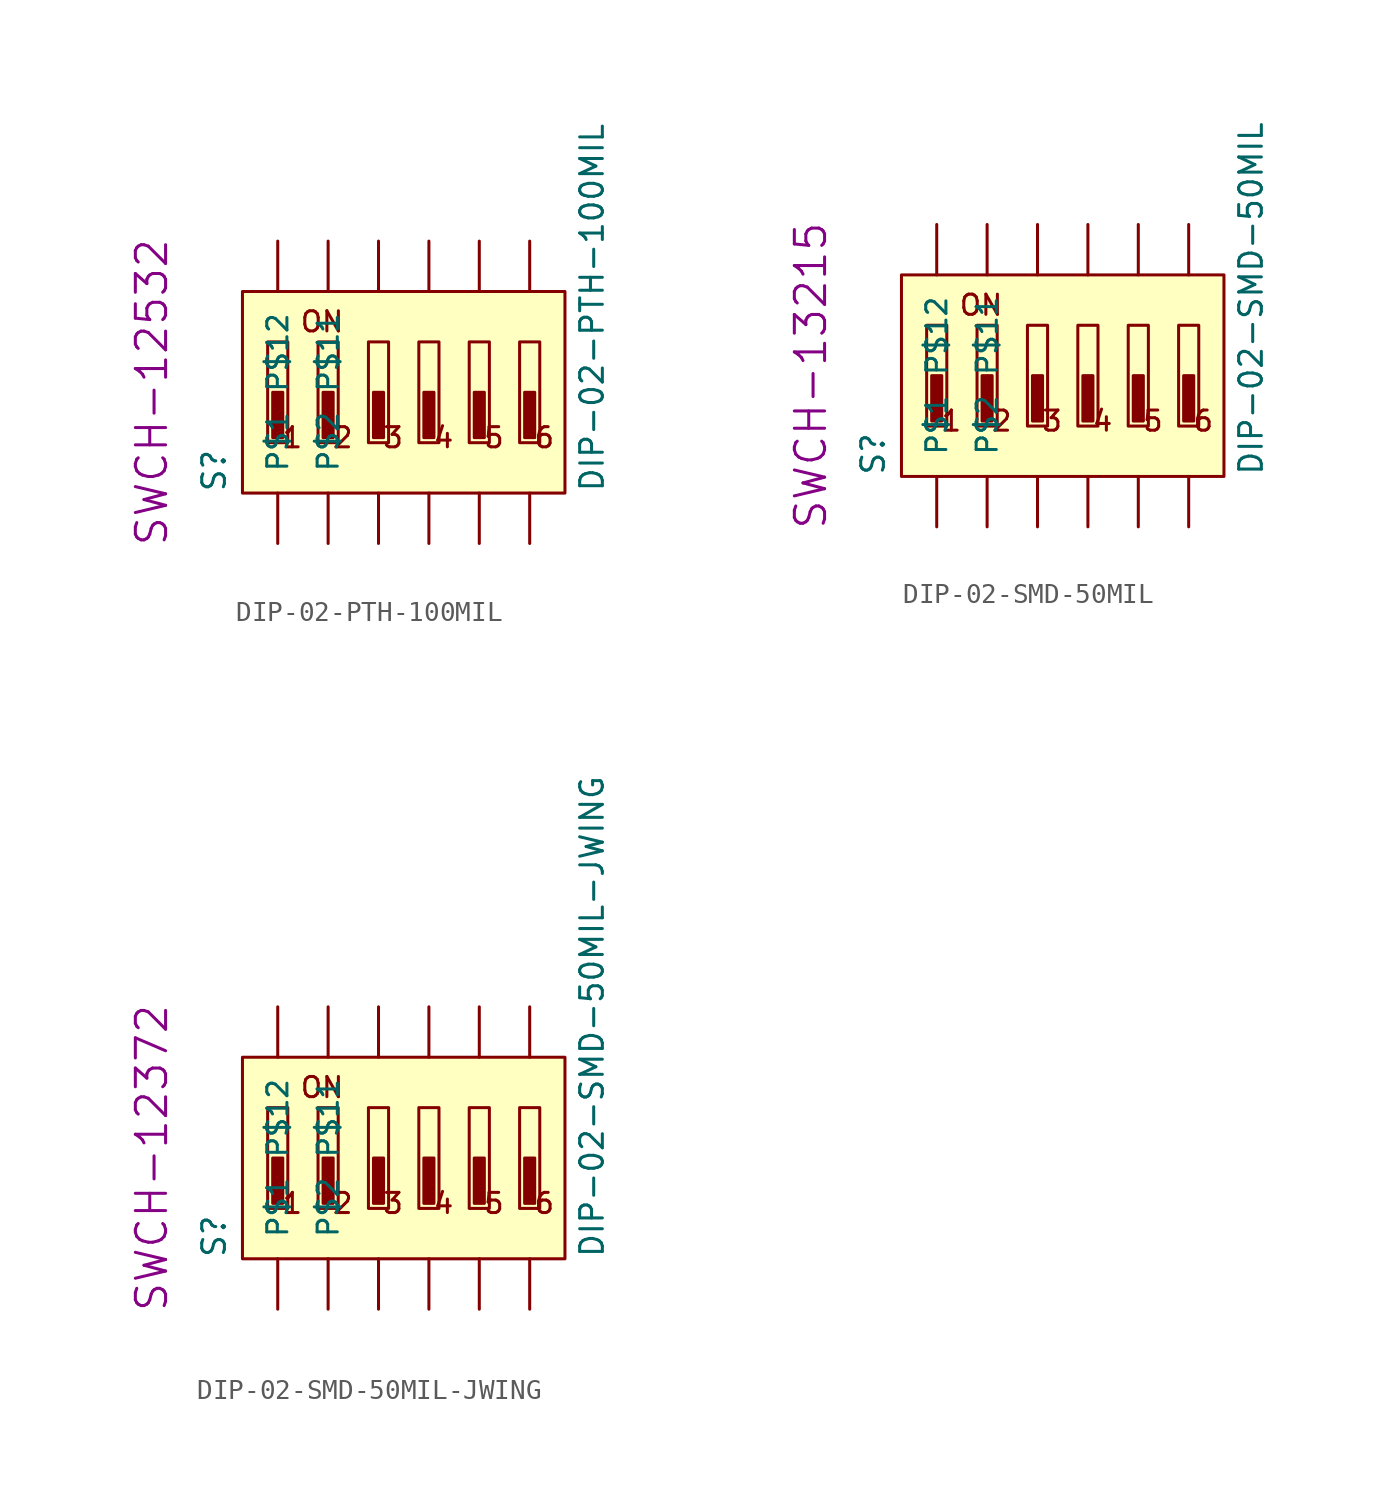
<source format=kicad_sym>
(kicad_symbol_lib
  (version 20220914)
  (generator kicad_symbol_editor)
  (symbol "DIP-02-PTH-100MIL"
    (pin_numbers hide)
    (pin_names
      (offset 1.016))
    (property "Reference" "S"
      (at -2.54 -5.08 90)
      (effects (font (size 1.143 1.143)) (justify left bottom)))
    (property "Value" "DIP-02-PTH-100MIL"
      (at 16.51 -5.08 90)
      (effects (font (size 1.143 1.143)) (justify left bottom)))
    (property "Field4" "SWCH-12532"
      (at -6.35 0 90)
      (effects (font (size 1.524 1.524))))
    (property "ki_locked" ""
      (at 0 0 0)
      (effects (font (size 1.27 1.27))))
    (symbol "DIP-02-PTH-100MIL_1_0"
      (polyline (pts (xy 5.08 -7.62) (xy 5.08 -5.08)) (stroke (width 0) (type solid)) (fill (type none)))
      (polyline (pts (xy 5.08 7.62) (xy 5.08 5.08)) (stroke (width 0) (type solid)) (fill (type none)))
      (polyline (pts (xy 7.62 -7.62) (xy 7.62 -5.08)) (stroke (width 0) (type solid)) (fill (type none)))
      (polyline (pts (xy 7.62 7.62) (xy 7.62 5.08)) (stroke (width 0) (type solid)) (fill (type none)))
      (polyline (pts (xy 10.16 -7.62) (xy 10.16 -5.08)) (stroke (width 0) (type solid)) (fill (type none)))
      (polyline (pts (xy 10.16 7.62) (xy 10.16 5.08)) (stroke (width 0) (type solid)) (fill (type none)))
      (polyline (pts (xy 12.7 -7.62) (xy 12.7 -5.08)) (stroke (width 0) (type solid)) (fill (type none)))
      (polyline (pts (xy 12.7 7.62) (xy 12.7 5.08)) (stroke (width 0) (type solid)) (fill (type none)))
      (text "1" (at 0.737 -2.286 0) (effects (font (size 1.016 1.016))))
      (text "2" (at 3.277 -2.286 0) (effects (font (size 1.016 1.016))))
      (text "3" (at 5.817 -2.286 0) (effects (font (size 1.016 1.016))))
      (text "4" (at 8.357 -2.286 0) (effects (font (size 1.016 1.016))))
      (text "5" (at 10.897 -2.286 0) (effects (font (size 1.016 1.016))))
      (text "6" (at 13.437 -2.286 0) (effects (font (size 1.016 1.016))))
      (text "ON" (at 2.235 3.556 0) (effects (font (size 1.016 1.016)))))
    (symbol "DIP-02-PTH-100MIL_1_1"
      (rectangle (start -0.254 -2.286) (end 0.254 0) (stroke (width 0) (type solid)) (fill (type outline)))
      (polyline (pts (xy -1.778 5.08) (xy 14.478 5.08) (xy 14.478 -5.08) (xy -1.778 -5.08) (xy -1.778 5.08)) (stroke (width 0) (type solid)) (fill (type background)))
      (polyline (pts (xy -0.508 -2.54) (xy 0.508 -2.54) (xy 0.508 2.54) (xy -0.508 2.54) (xy -0.508 -2.54)) (stroke (width 0) (type solid)) (fill (type background)))
      (polyline (pts (xy 2.032 -2.54) (xy 3.048 -2.54) (xy 3.048 2.54) (xy 2.032 2.54) (xy 2.032 -2.54)) (stroke (width 0) (type solid)) (fill (type background)))
      (polyline (pts (xy 4.572 -2.54) (xy 5.588 -2.54) (xy 5.588 2.54) (xy 4.572 2.54) (xy 4.572 -2.54)) (stroke (width 0) (type solid)) (fill (type background)))
      (polyline (pts (xy 7.112 -2.54) (xy 8.128 -2.54) (xy 8.128 2.54) (xy 7.112 2.54) (xy 7.112 -2.54)) (stroke (width 0) (type solid)) (fill (type background)))
      (polyline (pts (xy 9.652 -2.54) (xy 10.668 -2.54) (xy 10.668 2.54) (xy 9.652 2.54) (xy 9.652 -2.54)) (stroke (width 0) (type solid)) (fill (type background)))
      (polyline (pts (xy 12.192 -2.54) (xy 13.208 -2.54) (xy 13.208 2.54) (xy 12.192 2.54) (xy 12.192 -2.54)) (stroke (width 0) (type solid)) (fill (type background)))
      (rectangle (start 2.286 -2.286) (end 2.794 0) (stroke (width 0) (type solid)) (fill (type outline)))
      (rectangle (start 4.826 -2.286) (end 5.334 0) (stroke (width 0) (type solid)) (fill (type outline)))
      (rectangle (start 7.366 -2.286) (end 7.874 0) (stroke (width 0) (type solid)) (fill (type outline)))
      (rectangle (start 9.906 -2.286) (end 10.414 0) (stroke (width 0) (type solid)) (fill (type outline)))
      (rectangle (start 12.446 -2.286) (end 12.954 0) (stroke (width 0) (type solid)) (fill (type outline)))
      (pin bidirectional line (at 0 -7.62 90) (length 2.54) (name "P$1" (effects (font (size 1.016 1.016)))) (number "1" (effects (font (size 1.016 1.016)))))
      (pin bidirectional line (at 2.54 -7.62 90) (length 2.54) (name "P$2" (effects (font (size 1.016 1.016)))) (number "2" (effects (font (size 1.016 1.016)))))
      (pin bidirectional line (at 2.54 7.62 270) (length 2.54) (name "P$11" (effects (font (size 1.016 1.016)))) (number "3" (effects (font (size 1.016 1.016)))))
      (pin bidirectional line (at 0 7.62 270) (length 2.54) (name "P$12" (effects (font (size 1.016 1.016)))) (number "4" (effects (font (size 1.016 1.016)))))
      (pin bidirectional line (at 5.08 7.62 270) (length 2.54) hide (name "P$10" (effects (font (size 1.016 1.016)))) (number "~" (effects (font (size 1.016 1.016)))))
      (pin bidirectional line (at 5.08 -7.62 90) (length 2.54) hide (name "P$3" (effects (font (size 1.016 1.016)))) (number "~" (effects (font (size 1.016 1.016)))))
      (pin bidirectional line (at 7.62 -7.62 90) (length 2.54) hide (name "P$4" (effects (font (size 1.016 1.016)))) (number "~" (effects (font (size 1.016 1.016)))))
      (pin bidirectional line (at 10.16 -7.62 90) (length 2.54) hide (name "P$5" (effects (font (size 1.016 1.016)))) (number "~" (effects (font (size 1.016 1.016)))))
      (pin bidirectional line (at 12.7 -7.62 90) (length 2.54) hide (name "P$6" (effects (font (size 1.016 1.016)))) (number "~" (effects (font (size 1.016 1.016)))))
      (pin bidirectional line (at 12.7 7.62 270) (length 2.54) hide (name "P$7" (effects (font (size 1.016 1.016)))) (number "~" (effects (font (size 1.016 1.016)))))
      (pin bidirectional line (at 10.16 7.62 270) (length 2.54) hide (name "P$8" (effects (font (size 1.016 1.016)))) (number "~" (effects (font (size 1.016 1.016)))))
      (pin bidirectional line (at 7.62 7.62 270) (length 2.54) hide (name "P$9" (effects (font (size 1.016 1.016)))) (number "~" (effects (font (size 1.016 1.016)))))))
  (symbol "DIP-02-SMD-50MIL"
    (pin_numbers hide)
    (pin_names
      (offset 1.016))
    (property "Reference" "S"
      (at -2.54 -5.08 90)
      (effects (font (size 1.143 1.143)) (justify left bottom)))
    (property "Value" "DIP-02-SMD-50MIL"
      (at 16.51 -5.08 90)
      (effects (font (size 1.143 1.143)) (justify left bottom)))
    (property "Field4" "SWCH-13215"
      (at -6.35 0 90)
      (effects (font (size 1.524 1.524))))
    (property "ki_locked" ""
      (at 0 0 0)
      (effects (font (size 1.27 1.27))))
    (symbol "DIP-02-SMD-50MIL_1_0"
      (polyline (pts (xy 5.08 -7.62) (xy 5.08 -5.08)) (stroke (width 0) (type solid)) (fill (type none)))
      (polyline (pts (xy 5.08 7.62) (xy 5.08 5.08)) (stroke (width 0) (type solid)) (fill (type none)))
      (polyline (pts (xy 7.62 -7.62) (xy 7.62 -5.08)) (stroke (width 0) (type solid)) (fill (type none)))
      (polyline (pts (xy 7.62 7.62) (xy 7.62 5.08)) (stroke (width 0) (type solid)) (fill (type none)))
      (polyline (pts (xy 10.16 -7.62) (xy 10.16 -5.08)) (stroke (width 0) (type solid)) (fill (type none)))
      (polyline (pts (xy 10.16 7.62) (xy 10.16 5.08)) (stroke (width 0) (type solid)) (fill (type none)))
      (polyline (pts (xy 12.7 -7.62) (xy 12.7 -5.08)) (stroke (width 0) (type solid)) (fill (type none)))
      (polyline (pts (xy 12.7 7.62) (xy 12.7 5.08)) (stroke (width 0) (type solid)) (fill (type none)))
      (text "1" (at 0.737 -2.286 0) (effects (font (size 1.016 1.016))))
      (text "2" (at 3.277 -2.286 0) (effects (font (size 1.016 1.016))))
      (text "3" (at 5.817 -2.286 0) (effects (font (size 1.016 1.016))))
      (text "4" (at 8.357 -2.286 0) (effects (font (size 1.016 1.016))))
      (text "5" (at 10.897 -2.286 0) (effects (font (size 1.016 1.016))))
      (text "6" (at 13.437 -2.286 0) (effects (font (size 1.016 1.016))))
      (text "ON" (at 2.235 3.556 0) (effects (font (size 1.016 1.016)))))
    (symbol "DIP-02-SMD-50MIL_1_1"
      (rectangle (start -0.254 -2.286) (end 0.254 0) (stroke (width 0) (type solid)) (fill (type outline)))
      (polyline (pts (xy -1.778 5.08) (xy 14.478 5.08) (xy 14.478 -5.08) (xy -1.778 -5.08) (xy -1.778 5.08)) (stroke (width 0) (type solid)) (fill (type background)))
      (polyline (pts (xy -0.508 -2.54) (xy 0.508 -2.54) (xy 0.508 2.54) (xy -0.508 2.54) (xy -0.508 -2.54)) (stroke (width 0) (type solid)) (fill (type background)))
      (polyline (pts (xy 2.032 -2.54) (xy 3.048 -2.54) (xy 3.048 2.54) (xy 2.032 2.54) (xy 2.032 -2.54)) (stroke (width 0) (type solid)) (fill (type background)))
      (polyline (pts (xy 4.572 -2.54) (xy 5.588 -2.54) (xy 5.588 2.54) (xy 4.572 2.54) (xy 4.572 -2.54)) (stroke (width 0) (type solid)) (fill (type background)))
      (polyline (pts (xy 7.112 -2.54) (xy 8.128 -2.54) (xy 8.128 2.54) (xy 7.112 2.54) (xy 7.112 -2.54)) (stroke (width 0) (type solid)) (fill (type background)))
      (polyline (pts (xy 9.652 -2.54) (xy 10.668 -2.54) (xy 10.668 2.54) (xy 9.652 2.54) (xy 9.652 -2.54)) (stroke (width 0) (type solid)) (fill (type background)))
      (polyline (pts (xy 12.192 -2.54) (xy 13.208 -2.54) (xy 13.208 2.54) (xy 12.192 2.54) (xy 12.192 -2.54)) (stroke (width 0) (type solid)) (fill (type background)))
      (rectangle (start 2.286 -2.286) (end 2.794 0) (stroke (width 0) (type solid)) (fill (type outline)))
      (rectangle (start 4.826 -2.286) (end 5.334 0) (stroke (width 0) (type solid)) (fill (type outline)))
      (rectangle (start 7.366 -2.286) (end 7.874 0) (stroke (width 0) (type solid)) (fill (type outline)))
      (rectangle (start 9.906 -2.286) (end 10.414 0) (stroke (width 0) (type solid)) (fill (type outline)))
      (rectangle (start 12.446 -2.286) (end 12.954 0) (stroke (width 0) (type solid)) (fill (type outline)))
      (pin bidirectional line (at 0 -7.62 90) (length 2.54) (name "P$1" (effects (font (size 1.016 1.016)))) (number "1" (effects (font (size 1.016 1.016)))))
      (pin bidirectional line (at 2.54 -7.62 90) (length 2.54) (name "P$2" (effects (font (size 1.016 1.016)))) (number "2" (effects (font (size 1.016 1.016)))))
      (pin bidirectional line (at 2.54 7.62 270) (length 2.54) (name "P$11" (effects (font (size 1.016 1.016)))) (number "3" (effects (font (size 1.016 1.016)))))
      (pin bidirectional line (at 0 7.62 270) (length 2.54) (name "P$12" (effects (font (size 1.016 1.016)))) (number "4" (effects (font (size 1.016 1.016)))))
      (pin bidirectional line (at 5.08 7.62 270) (length 2.54) hide (name "P$10" (effects (font (size 1.016 1.016)))) (number "~" (effects (font (size 1.016 1.016)))))
      (pin bidirectional line (at 5.08 -7.62 90) (length 2.54) hide (name "P$3" (effects (font (size 1.016 1.016)))) (number "~" (effects (font (size 1.016 1.016)))))
      (pin bidirectional line (at 7.62 -7.62 90) (length 2.54) hide (name "P$4" (effects (font (size 1.016 1.016)))) (number "~" (effects (font (size 1.016 1.016)))))
      (pin bidirectional line (at 10.16 -7.62 90) (length 2.54) hide (name "P$5" (effects (font (size 1.016 1.016)))) (number "~" (effects (font (size 1.016 1.016)))))
      (pin bidirectional line (at 12.7 -7.62 90) (length 2.54) hide (name "P$6" (effects (font (size 1.016 1.016)))) (number "~" (effects (font (size 1.016 1.016)))))
      (pin bidirectional line (at 12.7 7.62 270) (length 2.54) hide (name "P$7" (effects (font (size 1.016 1.016)))) (number "~" (effects (font (size 1.016 1.016)))))
      (pin bidirectional line (at 10.16 7.62 270) (length 2.54) hide (name "P$8" (effects (font (size 1.016 1.016)))) (number "~" (effects (font (size 1.016 1.016)))))
      (pin bidirectional line (at 7.62 7.62 270) (length 2.54) hide (name "P$9" (effects (font (size 1.016 1.016)))) (number "~" (effects (font (size 1.016 1.016)))))))
  (symbol "DIP-02-SMD-50MIL-JWING"
    (pin_numbers hide)
    (pin_names
      (offset 1.016))
    (property "Reference" "S"
      (at -2.54 -5.08 90)
      (effects (font (size 1.143 1.143)) (justify left bottom)))
    (property "Value" "DIP-02-SMD-50MIL-JWING"
      (at 16.51 -5.08 90)
      (effects (font (size 1.143 1.143)) (justify left bottom)))
    (property "Field4" "SWCH-12372"
      (at -6.35 0 90)
      (effects (font (size 1.524 1.524))))
    (property "ki_locked" ""
      (at 0 0 0)
      (effects (font (size 1.27 1.27))))
    (symbol "DIP-02-SMD-50MIL-JWING_1_0"
      (polyline (pts (xy 5.08 -7.62) (xy 5.08 -5.08)) (stroke (width 0) (type solid)) (fill (type none)))
      (polyline (pts (xy 5.08 7.62) (xy 5.08 5.08)) (stroke (width 0) (type solid)) (fill (type none)))
      (polyline (pts (xy 7.62 -7.62) (xy 7.62 -5.08)) (stroke (width 0) (type solid)) (fill (type none)))
      (polyline (pts (xy 7.62 7.62) (xy 7.62 5.08)) (stroke (width 0) (type solid)) (fill (type none)))
      (polyline (pts (xy 10.16 -7.62) (xy 10.16 -5.08)) (stroke (width 0) (type solid)) (fill (type none)))
      (polyline (pts (xy 10.16 7.62) (xy 10.16 5.08)) (stroke (width 0) (type solid)) (fill (type none)))
      (polyline (pts (xy 12.7 -7.62) (xy 12.7 -5.08)) (stroke (width 0) (type solid)) (fill (type none)))
      (polyline (pts (xy 12.7 7.62) (xy 12.7 5.08)) (stroke (width 0) (type solid)) (fill (type none)))
      (text "1" (at 0.737 -2.286 0) (effects (font (size 1.016 1.016))))
      (text "2" (at 3.277 -2.286 0) (effects (font (size 1.016 1.016))))
      (text "3" (at 5.817 -2.286 0) (effects (font (size 1.016 1.016))))
      (text "4" (at 8.357 -2.286 0) (effects (font (size 1.016 1.016))))
      (text "5" (at 10.897 -2.286 0) (effects (font (size 1.016 1.016))))
      (text "6" (at 13.437 -2.286 0) (effects (font (size 1.016 1.016))))
      (text "ON" (at 2.235 3.556 0) (effects (font (size 1.016 1.016)))))
    (symbol "DIP-02-SMD-50MIL-JWING_1_1"
      (rectangle (start -0.254 -2.286) (end 0.254 0) (stroke (width 0) (type solid)) (fill (type outline)))
      (polyline (pts (xy -1.778 5.08) (xy 14.478 5.08) (xy 14.478 -5.08) (xy -1.778 -5.08) (xy -1.778 5.08)) (stroke (width 0) (type solid)) (fill (type background)))
      (polyline (pts (xy -0.508 -2.54) (xy 0.508 -2.54) (xy 0.508 2.54) (xy -0.508 2.54) (xy -0.508 -2.54)) (stroke (width 0) (type solid)) (fill (type background)))
      (polyline (pts (xy 2.032 -2.54) (xy 3.048 -2.54) (xy 3.048 2.54) (xy 2.032 2.54) (xy 2.032 -2.54)) (stroke (width 0) (type solid)) (fill (type background)))
      (polyline (pts (xy 4.572 -2.54) (xy 5.588 -2.54) (xy 5.588 2.54) (xy 4.572 2.54) (xy 4.572 -2.54)) (stroke (width 0) (type solid)) (fill (type background)))
      (polyline (pts (xy 7.112 -2.54) (xy 8.128 -2.54) (xy 8.128 2.54) (xy 7.112 2.54) (xy 7.112 -2.54)) (stroke (width 0) (type solid)) (fill (type background)))
      (polyline (pts (xy 9.652 -2.54) (xy 10.668 -2.54) (xy 10.668 2.54) (xy 9.652 2.54) (xy 9.652 -2.54)) (stroke (width 0) (type solid)) (fill (type background)))
      (polyline (pts (xy 12.192 -2.54) (xy 13.208 -2.54) (xy 13.208 2.54) (xy 12.192 2.54) (xy 12.192 -2.54)) (stroke (width 0) (type solid)) (fill (type background)))
      (rectangle (start 2.286 -2.286) (end 2.794 0) (stroke (width 0) (type solid)) (fill (type outline)))
      (rectangle (start 4.826 -2.286) (end 5.334 0) (stroke (width 0) (type solid)) (fill (type outline)))
      (rectangle (start 7.366 -2.286) (end 7.874 0) (stroke (width 0) (type solid)) (fill (type outline)))
      (rectangle (start 9.906 -2.286) (end 10.414 0) (stroke (width 0) (type solid)) (fill (type outline)))
      (rectangle (start 12.446 -2.286) (end 12.954 0) (stroke (width 0) (type solid)) (fill (type outline)))
      (pin bidirectional line (at 0 -7.62 90) (length 2.54) (name "P$1" (effects (font (size 1.016 1.016)))) (number "1" (effects (font (size 1.016 1.016)))))
      (pin bidirectional line (at 2.54 -7.62 90) (length 2.54) (name "P$2" (effects (font (size 1.016 1.016)))) (number "2" (effects (font (size 1.016 1.016)))))
      (pin bidirectional line (at 2.54 7.62 270) (length 2.54) (name "P$11" (effects (font (size 1.016 1.016)))) (number "3" (effects (font (size 1.016 1.016)))))
      (pin bidirectional line (at 0 7.62 270) (length 2.54) (name "P$12" (effects (font (size 1.016 1.016)))) (number "4" (effects (font (size 1.016 1.016)))))
      (pin bidirectional line (at 5.08 7.62 270) (length 2.54) hide (name "P$10" (effects (font (size 1.016 1.016)))) (number "~" (effects (font (size 1.016 1.016)))))
      (pin bidirectional line (at 5.08 -7.62 90) (length 2.54) hide (name "P$3" (effects (font (size 1.016 1.016)))) (number "~" (effects (font (size 1.016 1.016)))))
      (pin bidirectional line (at 7.62 -7.62 90) (length 2.54) hide (name "P$4" (effects (font (size 1.016 1.016)))) (number "~" (effects (font (size 1.016 1.016)))))
      (pin bidirectional line (at 10.16 -7.62 90) (length 2.54) hide (name "P$5" (effects (font (size 1.016 1.016)))) (number "~" (effects (font (size 1.016 1.016)))))
      (pin bidirectional line (at 12.7 -7.62 90) (length 2.54) hide (name "P$6" (effects (font (size 1.016 1.016)))) (number "~" (effects (font (size 1.016 1.016)))))
      (pin bidirectional line (at 12.7 7.62 270) (length 2.54) hide (name "P$7" (effects (font (size 1.016 1.016)))) (number "~" (effects (font (size 1.016 1.016)))))
      (pin bidirectional line (at 10.16 7.62 270) (length 2.54) hide (name "P$8" (effects (font (size 1.016 1.016)))) (number "~" (effects (font (size 1.016 1.016)))))
      (pin bidirectional line (at 7.62 7.62 270) (length 2.54) hide (name "P$9" (effects (font (size 1.016 1.016)))) (number "~" (effects (font (size 1.016 1.016))))))))
</source>
